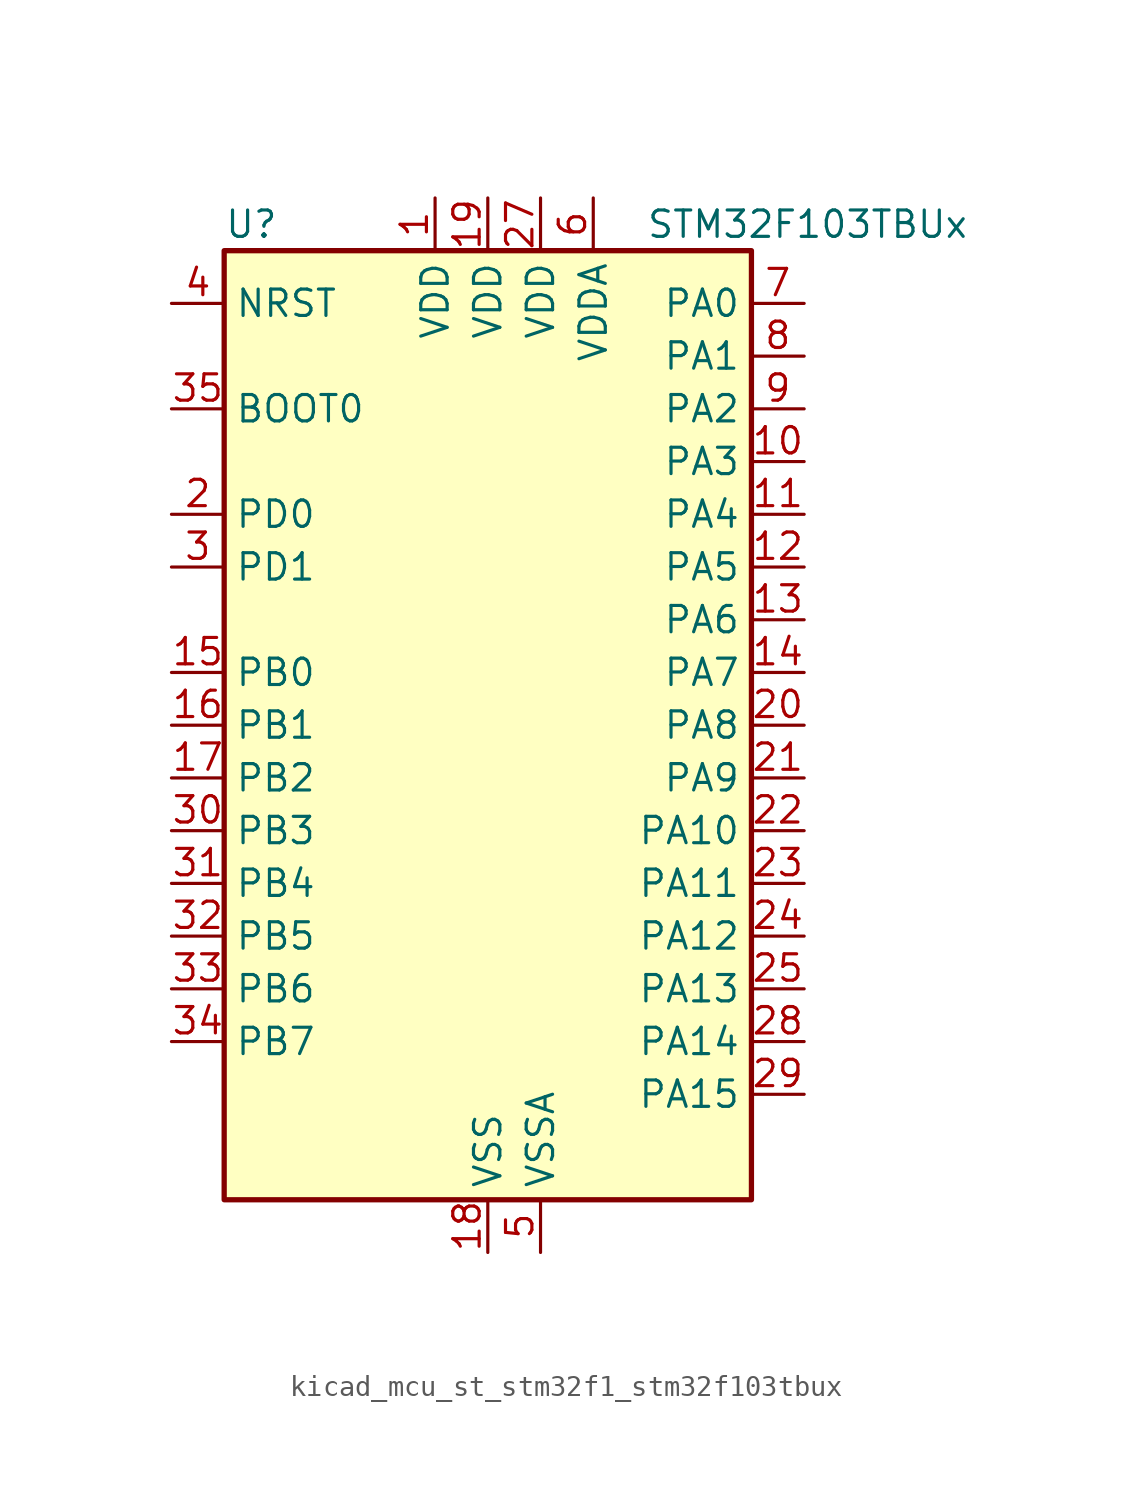
<source format=kicad_sym>
(kicad_symbol_lib
  (version 20220914)
  (generator kicad_symbol_editor)
  (symbol "kicad_mcu_st_stm32f1_stm32f103tbux"
    (property "Reference" "U"
      (at -12.7 24.13 0)
      (effects (font (size 1.27 1.27)) (justify left)))
    (property "Value" "STM32F103TBUx"
      (at 7.62 24.13 0)
      (effects (font (size 1.27 1.27)) (justify left)))
    (property "ki_locked" ""
      (at 0 0 0)
      (effects (font (size 1.27 1.27))))
    (symbol "kicad_mcu_st_stm32f1_stm32f103tbux_0_1"
      (rectangle (start -12.7 -22.86) (end 12.7 22.86) (stroke (width 0.254) (type default)) (fill (type background))))
    (symbol "kicad_mcu_st_stm32f1_stm32f103tbux_1_1"
      (pin power_in line (at -2.54 25.4 270) (length 2.54) (name "VDD" (effects (font (size 1.27 1.27)))) (number "1" (effects (font (size 1.27 1.27)))))
      (pin bidirectional line (at 15.24 12.7 180) (length 2.54) (name "PA3" (effects (font (size 1.27 1.27)))) (number "10" (effects (font (size 1.27 1.27)))) (alternate "ADC1_IN3" bidirectional line) (alternate "ADC2_IN3" bidirectional line) (alternate "TIM2_CH4" bidirectional line) (alternate "USART2_RX" bidirectional line))
      (pin bidirectional line (at 15.24 10.16 180) (length 2.54) (name "PA4" (effects (font (size 1.27 1.27)))) (number "11" (effects (font (size 1.27 1.27)))) (alternate "ADC1_IN4" bidirectional line) (alternate "ADC2_IN4" bidirectional line) (alternate "SPI1_NSS" bidirectional line) (alternate "USART2_CK" bidirectional line))
      (pin bidirectional line (at 15.24 7.62 180) (length 2.54) (name "PA5" (effects (font (size 1.27 1.27)))) (number "12" (effects (font (size 1.27 1.27)))) (alternate "ADC1_IN5" bidirectional line) (alternate "ADC2_IN5" bidirectional line) (alternate "SPI1_SCK" bidirectional line))
      (pin bidirectional line (at 15.24 5.08 180) (length 2.54) (name "PA6" (effects (font (size 1.27 1.27)))) (number "13" (effects (font (size 1.27 1.27)))) (alternate "ADC1_IN6" bidirectional line) (alternate "ADC2_IN6" bidirectional line) (alternate "SPI1_MISO" bidirectional line) (alternate "TIM1_BKIN" bidirectional line) (alternate "TIM3_CH1" bidirectional line))
      (pin bidirectional line (at 15.24 2.54 180) (length 2.54) (name "PA7" (effects (font (size 1.27 1.27)))) (number "14" (effects (font (size 1.27 1.27)))) (alternate "ADC1_IN7" bidirectional line) (alternate "ADC2_IN7" bidirectional line) (alternate "SPI1_MOSI" bidirectional line) (alternate "TIM1_CH1N" bidirectional line) (alternate "TIM3_CH2" bidirectional line))
      (pin bidirectional line (at -15.24 2.54 0) (length 2.54) (name "PB0" (effects (font (size 1.27 1.27)))) (number "15" (effects (font (size 1.27 1.27)))) (alternate "ADC1_IN8" bidirectional line) (alternate "ADC2_IN8" bidirectional line) (alternate "TIM1_CH2N" bidirectional line) (alternate "TIM3_CH3" bidirectional line))
      (pin bidirectional line (at -15.24 0 0) (length 2.54) (name "PB1" (effects (font (size 1.27 1.27)))) (number "16" (effects (font (size 1.27 1.27)))) (alternate "ADC1_IN9" bidirectional line) (alternate "ADC2_IN9" bidirectional line) (alternate "TIM1_CH3N" bidirectional line) (alternate "TIM3_CH4" bidirectional line))
      (pin bidirectional line (at -15.24 -2.54 0) (length 2.54) (name "PB2" (effects (font (size 1.27 1.27)))) (number "17" (effects (font (size 1.27 1.27)))))
      (pin power_in line (at 0 -25.4 90) (length 2.54) (name "VSS" (effects (font (size 1.27 1.27)))) (number "18" (effects (font (size 1.27 1.27)))))
      (pin power_in line (at 0 25.4 270) (length 2.54) (name "VDD" (effects (font (size 1.27 1.27)))) (number "19" (effects (font (size 1.27 1.27)))))
      (pin bidirectional line (at -15.24 10.16 0) (length 2.54) (name "PD0" (effects (font (size 1.27 1.27)))) (number "2" (effects (font (size 1.27 1.27)))) (alternate "RCC_OSC_IN" bidirectional line))
      (pin bidirectional line (at 15.24 0 180) (length 2.54) (name "PA8" (effects (font (size 1.27 1.27)))) (number "20" (effects (font (size 1.27 1.27)))) (alternate "RCC_MCO" bidirectional line) (alternate "TIM1_CH1" bidirectional line) (alternate "USART1_CK" bidirectional line))
      (pin bidirectional line (at 15.24 -2.54 180) (length 2.54) (name "PA9" (effects (font (size 1.27 1.27)))) (number "21" (effects (font (size 1.27 1.27)))) (alternate "TIM1_CH2" bidirectional line) (alternate "USART1_TX" bidirectional line))
      (pin bidirectional line (at 15.24 -5.08 180) (length 2.54) (name "PA10" (effects (font (size 1.27 1.27)))) (number "22" (effects (font (size 1.27 1.27)))) (alternate "TIM1_CH3" bidirectional line) (alternate "USART1_RX" bidirectional line))
      (pin bidirectional line (at 15.24 -7.62 180) (length 2.54) (name "PA11" (effects (font (size 1.27 1.27)))) (number "23" (effects (font (size 1.27 1.27)))) (alternate "ADC1_EXTI11" bidirectional line) (alternate "ADC2_EXTI11" bidirectional line) (alternate "CAN_RX" bidirectional line) (alternate "TIM1_CH4" bidirectional line) (alternate "USART1_CTS" bidirectional line) (alternate "USB_DM" bidirectional line))
      (pin bidirectional line (at 15.24 -10.16 180) (length 2.54) (name "PA12" (effects (font (size 1.27 1.27)))) (number "24" (effects (font (size 1.27 1.27)))) (alternate "CAN_TX" bidirectional line) (alternate "TIM1_ETR" bidirectional line) (alternate "USART1_RTS" bidirectional line) (alternate "USB_DP" bidirectional line))
      (pin bidirectional line (at 15.24 -12.7 180) (length 2.54) (name "PA13" (effects (font (size 1.27 1.27)))) (number "25" (effects (font (size 1.27 1.27)))) (alternate "SYS_JTMS-SWDIO" bidirectional line))
      (pin passive line (at 0 -25.4 90) (length 2.54) hide (name "VSS" (effects (font (size 1.27 1.27)))) (number "26" (effects (font (size 1.27 1.27)))))
      (pin power_in line (at 2.54 25.4 270) (length 2.54) (name "VDD" (effects (font (size 1.27 1.27)))) (number "27" (effects (font (size 1.27 1.27)))))
      (pin bidirectional line (at 15.24 -15.24 180) (length 2.54) (name "PA14" (effects (font (size 1.27 1.27)))) (number "28" (effects (font (size 1.27 1.27)))) (alternate "SYS_JTCK-SWCLK" bidirectional line))
      (pin bidirectional line (at 15.24 -17.78 180) (length 2.54) (name "PA15" (effects (font (size 1.27 1.27)))) (number "29" (effects (font (size 1.27 1.27)))) (alternate "ADC1_EXTI15" bidirectional line) (alternate "ADC2_EXTI15" bidirectional line) (alternate "SPI1_NSS" bidirectional line) (alternate "SYS_JTDI" bidirectional line) (alternate "TIM2_CH1" bidirectional line) (alternate "TIM2_ETR" bidirectional line))
      (pin bidirectional line (at -15.24 7.62 0) (length 2.54) (name "PD1" (effects (font (size 1.27 1.27)))) (number "3" (effects (font (size 1.27 1.27)))) (alternate "RCC_OSC_OUT" bidirectional line))
      (pin bidirectional line (at -15.24 -5.08 0) (length 2.54) (name "PB3" (effects (font (size 1.27 1.27)))) (number "30" (effects (font (size 1.27 1.27)))) (alternate "SPI1_SCK" bidirectional line) (alternate "SYS_JTDO-TRACESWO" bidirectional line) (alternate "TIM2_CH2" bidirectional line))
      (pin bidirectional line (at -15.24 -7.62 0) (length 2.54) (name "PB4" (effects (font (size 1.27 1.27)))) (number "31" (effects (font (size 1.27 1.27)))) (alternate "SPI1_MISO" bidirectional line) (alternate "SYS_NJTRST" bidirectional line) (alternate "TIM3_CH1" bidirectional line))
      (pin bidirectional line (at -15.24 -10.16 0) (length 2.54) (name "PB5" (effects (font (size 1.27 1.27)))) (number "32" (effects (font (size 1.27 1.27)))) (alternate "I2C1_SMBA" bidirectional line) (alternate "SPI1_MOSI" bidirectional line) (alternate "TIM3_CH2" bidirectional line))
      (pin bidirectional line (at -15.24 -12.7 0) (length 2.54) (name "PB6" (effects (font (size 1.27 1.27)))) (number "33" (effects (font (size 1.27 1.27)))) (alternate "I2C1_SCL" bidirectional line) (alternate "TIM4_CH1" bidirectional line) (alternate "USART1_TX" bidirectional line))
      (pin bidirectional line (at -15.24 -15.24 0) (length 2.54) (name "PB7" (effects (font (size 1.27 1.27)))) (number "34" (effects (font (size 1.27 1.27)))) (alternate "I2C1_SDA" bidirectional line) (alternate "TIM4_CH2" bidirectional line) (alternate "USART1_RX" bidirectional line))
      (pin input line (at -15.24 15.24 0) (length 2.54) (name "BOOT0" (effects (font (size 1.27 1.27)))) (number "35" (effects (font (size 1.27 1.27)))))
      (pin passive line (at 0 -25.4 90) (length 2.54) hide (name "VSS" (effects (font (size 1.27 1.27)))) (number "36" (effects (font (size 1.27 1.27)))))
      (pin passive line (at 0 -25.4 90) (length 2.54) hide (name "VSS" (effects (font (size 1.27 1.27)))) (number "37" (effects (font (size 1.27 1.27)))))
      (pin input line (at -15.24 20.32 0) (length 2.54) (name "NRST" (effects (font (size 1.27 1.27)))) (number "4" (effects (font (size 1.27 1.27)))))
      (pin power_in line (at 2.54 -25.4 90) (length 2.54) (name "VSSA" (effects (font (size 1.27 1.27)))) (number "5" (effects (font (size 1.27 1.27)))))
      (pin power_in line (at 5.08 25.4 270) (length 2.54) (name "VDDA" (effects (font (size 1.27 1.27)))) (number "6" (effects (font (size 1.27 1.27)))))
      (pin bidirectional line (at 15.24 20.32 180) (length 2.54) (name "PA0" (effects (font (size 1.27 1.27)))) (number "7" (effects (font (size 1.27 1.27)))) (alternate "ADC1_IN0" bidirectional line) (alternate "ADC2_IN0" bidirectional line) (alternate "SYS_WKUP" bidirectional line) (alternate "TIM2_CH1" bidirectional line) (alternate "TIM2_ETR" bidirectional line) (alternate "USART2_CTS" bidirectional line))
      (pin bidirectional line (at 15.24 17.78 180) (length 2.54) (name "PA1" (effects (font (size 1.27 1.27)))) (number "8" (effects (font (size 1.27 1.27)))) (alternate "ADC1_IN1" bidirectional line) (alternate "ADC2_IN1" bidirectional line) (alternate "TIM2_CH2" bidirectional line) (alternate "USART2_RTS" bidirectional line))
      (pin bidirectional line (at 15.24 15.24 180) (length 2.54) (name "PA2" (effects (font (size 1.27 1.27)))) (number "9" (effects (font (size 1.27 1.27)))) (alternate "ADC1_IN2" bidirectional line) (alternate "ADC2_IN2" bidirectional line) (alternate "TIM2_CH3" bidirectional line) (alternate "USART2_TX" bidirectional line)))))
</source>
